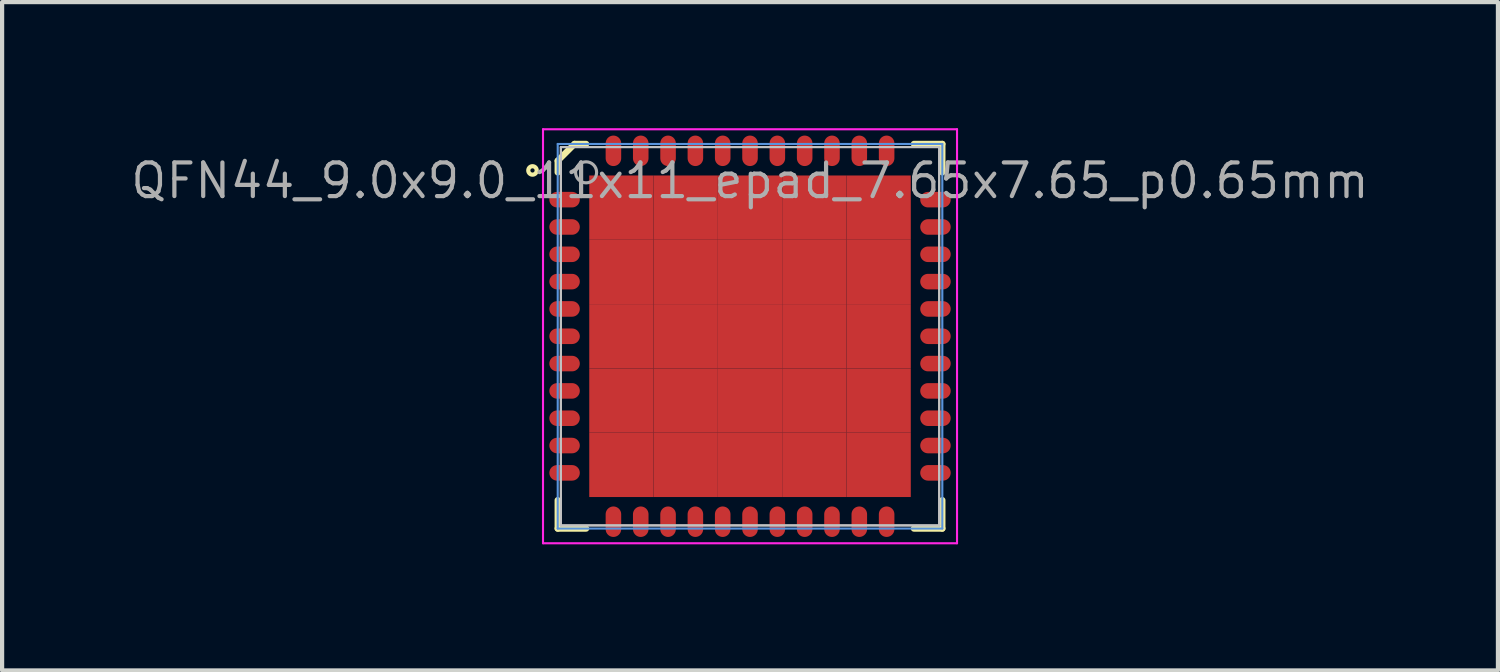
<source format=kicad_pcb>
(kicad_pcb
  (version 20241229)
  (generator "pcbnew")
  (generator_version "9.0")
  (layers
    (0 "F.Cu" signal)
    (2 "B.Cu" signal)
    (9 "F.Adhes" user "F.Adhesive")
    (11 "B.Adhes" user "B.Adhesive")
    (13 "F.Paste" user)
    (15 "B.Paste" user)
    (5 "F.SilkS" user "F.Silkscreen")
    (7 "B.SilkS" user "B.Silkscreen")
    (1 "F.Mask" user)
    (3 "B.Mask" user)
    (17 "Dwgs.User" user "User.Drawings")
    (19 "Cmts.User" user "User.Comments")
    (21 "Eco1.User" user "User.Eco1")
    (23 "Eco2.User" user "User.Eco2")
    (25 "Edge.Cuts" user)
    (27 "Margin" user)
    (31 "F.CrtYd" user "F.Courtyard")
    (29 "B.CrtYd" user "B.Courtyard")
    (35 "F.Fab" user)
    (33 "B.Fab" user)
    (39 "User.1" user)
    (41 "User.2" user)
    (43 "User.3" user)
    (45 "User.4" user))
  (footprint "QFN44_9.0x9.0_11x11_epad_7.65x7.65_p0.65mm"
    (layer "F.Cu")
    (at 14.794 4.95)
    (property "Reference" "QFN44_9.0x9.0_11x11_epad_7.65x7.65_p0.65mm" (at 0 -3.7 0) (layer "F.Fab") (effects (font (size 0.8 0.8) (thickness 0.1))))
    (attr through_hole)
    (fp_line (start -4.575 -4.175) (end -4.575 -3.9) (stroke (width 0.15) (type solid)) (layer "F.SilkS"))
    (fp_line (start -4.575 -4.175) (end -4.175 -4.575) (stroke (width 0.15) (type solid)) (layer "F.SilkS"))
    (fp_line (start -4.575 4.575) (end -4.575 3.9) (stroke (width 0.15) (type solid)) (layer "F.SilkS"))
    (fp_line (start -4.575 4.575) (end -3.9 4.575) (stroke (width 0.15) (type solid)) (layer "F.SilkS"))
    (fp_line (start -3.9 -4.575) (end -4.175 -4.575) (stroke (width 0.15) (type solid)) (layer "F.SilkS"))
    (fp_line (start 4.575 -4.575) (end 3.9 -4.575) (stroke (width 0.15) (type solid)) (layer "F.SilkS"))
    (fp_line (start 4.575 -4.575) (end 4.575 -3.9) (stroke (width 0.15) (type solid)) (layer "F.SilkS"))
    (fp_line (start 4.575 4.575) (end 3.9 4.575) (stroke (width 0.15) (type solid)) (layer "F.SilkS"))
    (fp_line (start 4.575 4.575) (end 4.575 3.9) (stroke (width 0.15) (type solid)) (layer "F.SilkS"))
    (fp_circle (center -5.175 -3.945) (end -5.104 -3.874) (stroke (width 0.1) (type solid)) (fill no) (layer "F.SilkS"))
    (fp_line (start -4.5 -4.5) (end -4.5 4.5) (stroke (width 0.05) (type solid)) (layer "Dwgs.User"))
    (fp_line (start -4.5 -4.5) (end 4.5 -4.5) (stroke (width 0.05) (type solid)) (layer "Dwgs.User"))
    (fp_line (start -4.5 4.5) (end 4.5 4.5) (stroke (width 0.05) (type solid)) (layer "Dwgs.User"))
    (fp_line (start 4.5 -4.5) (end 4.5 4.5) (stroke (width 0.05) (type solid)) (layer "Dwgs.User"))
    (fp_line (start -4.575 -4.575) (end -4.575 4.575) (stroke (width 0.05) (type solid)) (layer "Cmts.User"))
    (fp_line (start -4.575 -4.575) (end 4.575 -4.575) (stroke (width 0.05) (type solid)) (layer "Cmts.User"))
    (fp_line (start -4.575 4.575) (end 4.575 4.575) (stroke (width 0.05) (type solid)) (layer "Cmts.User"))
    (fp_line (start 4.575 -4.575) (end 4.575 4.575) (stroke (width 0.05) (type solid)) (layer "Cmts.User"))
    (fp_line (start -4.425 -4.425) (end -4.425 4.425) (stroke (width 0.05) (type solid)) (layer "Eco1.User"))
    (fp_line (start -4.425 -4.425) (end 4.425 -4.425) (stroke (width 0.05) (type solid)) (layer "Eco1.User"))
    (fp_line (start -4.425 4.425) (end 4.425 4.425) (stroke (width 0.05) (type solid)) (layer "Eco1.User"))
    (fp_line (start 4.425 -4.425) (end 4.425 4.425) (stroke (width 0.05) (type solid)) (layer "Eco1.User"))
    (fp_line (start -4.925 -4.925) (end -4.925 4.925) (stroke (width 0.05) (type solid)) (layer "F.CrtYd"))
    (fp_line (start -4.925 -4.925) (end 4.925 -4.925) (stroke (width 0.05) (type solid)) (layer "F.CrtYd"))
    (fp_line (start -4.925 4.925) (end 4.925 4.925) (stroke (width 0.05) (type solid)) (layer "F.CrtYd"))
    (fp_line (start 4.925 -4.925) (end 4.925 4.925) (stroke (width 0.05) (type solid)) (layer "F.CrtYd"))
    (fp_line (start -4.5 -4.5) (end -4.5 4.5) (stroke (width 0.05) (type solid)) (layer "F.Fab"))
    (fp_line (start -4.5 -4.5) (end 4.5 -4.5) (stroke (width 0.05) (type solid)) (layer "F.Fab"))
    (fp_line (start -4.5 4.5) (end 4.5 4.5) (stroke (width 0.05) (type solid)) (layer "F.Fab"))
    (fp_line (start 4.5 -4.5) (end 4.5 4.5) (stroke (width 0.05) (type solid)) (layer "F.Fab"))
    (fp_circle (center -3.9 -3.9) (end -3.723 -3.723) (stroke (width 0.075) (type solid)) (fill no) (layer "F.Fab"))
    (pad "1" smd oval (at -4.412 -3.25 180) (size 0.725 0.37) (layers "F.Cu" "F.Mask" "F.Paste"))
    (pad "2" smd oval (at -4.412 -2.6 180) (size 0.725 0.37) (layers "F.Cu" "F.Mask" "F.Paste"))
    (pad "3" smd oval (at -4.412 -1.95 180) (size 0.725 0.37) (layers "F.Cu" "F.Mask" "F.Paste"))
    (pad "4" smd oval (at -4.412 -1.3 180) (size 0.725 0.37) (layers "F.Cu" "F.Mask" "F.Paste"))
    (pad "5" smd oval (at -4.412 -0.65 180) (size 0.725 0.37) (layers "F.Cu" "F.Mask" "F.Paste"))
    (pad "6" smd oval (at -4.412 0 180) (size 0.725 0.37) (layers "F.Cu" "F.Mask" "F.Paste"))
    (pad "7" smd oval (at -4.412 0.65 180) (size 0.725 0.37) (layers "F.Cu" "F.Mask" "F.Paste"))
    (pad "8" smd oval (at -4.412 1.3 180) (size 0.725 0.37) (layers "F.Cu" "F.Mask" "F.Paste"))
    (pad "9" smd oval (at -4.412 1.95 180) (size 0.725 0.37) (layers "F.Cu" "F.Mask" "F.Paste"))
    (pad "10" smd oval (at -4.412 2.6 180) (size 0.725 0.37) (layers "F.Cu" "F.Mask" "F.Paste"))
    (pad "11" smd oval (at -4.412 3.25 180) (size 0.725 0.37) (layers "F.Cu" "F.Mask" "F.Paste"))
    (pad "12" smd oval (at -3.25 4.412 270) (size 0.725 0.37) (layers "F.Cu" "F.Mask" "F.Paste"))
    (pad "13" smd oval (at -2.6 4.412 270) (size 0.725 0.37) (layers "F.Cu" "F.Mask" "F.Paste"))
    (pad "14" smd oval (at -1.95 4.412 270) (size 0.725 0.37) (layers "F.Cu" "F.Mask" "F.Paste"))
    (pad "15" smd oval (at -1.3 4.412 270) (size 0.725 0.37) (layers "F.Cu" "F.Mask" "F.Paste"))
    (pad "16" smd oval (at -0.65 4.412 270) (size 0.725 0.37) (layers "F.Cu" "F.Mask" "F.Paste"))
    (pad "17" smd oval (at 0 4.412 270) (size 0.725 0.37) (layers "F.Cu" "F.Mask" "F.Paste"))
    (pad "18" smd oval (at 0.65 4.412 270) (size 0.725 0.37) (layers "F.Cu" "F.Mask" "F.Paste"))
    (pad "19" smd oval (at 1.3 4.412 270) (size 0.725 0.37) (layers "F.Cu" "F.Mask" "F.Paste"))
    (pad "20" smd oval (at 1.95 4.412 270) (size 0.725 0.37) (layers "F.Cu" "F.Mask" "F.Paste"))
    (pad "21" smd oval (at 2.6 4.412 270) (size 0.725 0.37) (layers "F.Cu" "F.Mask" "F.Paste"))
    (pad "22" smd oval (at 3.25 4.412 270) (size 0.725 0.37) (layers "F.Cu" "F.Mask" "F.Paste"))
    (pad "23" smd oval (at 4.412 3.25) (size 0.725 0.37) (layers "F.Cu" "F.Mask" "F.Paste"))
    (pad "24" smd oval (at 4.412 2.6) (size 0.725 0.37) (layers "F.Cu" "F.Mask" "F.Paste"))
    (pad "25" smd oval (at 4.412 1.95) (size 0.725 0.37) (layers "F.Cu" "F.Mask" "F.Paste"))
    (pad "26" smd oval (at 4.412 1.3) (size 0.725 0.37) (layers "F.Cu" "F.Mask" "F.Paste"))
    (pad "27" smd oval (at 4.412 0.65) (size 0.725 0.37) (layers "F.Cu" "F.Mask" "F.Paste"))
    (pad "28" smd oval (at 4.412 0) (size 0.725 0.37) (layers "F.Cu" "F.Mask" "F.Paste"))
    (pad "29" smd oval (at 4.412 -0.65) (size 0.725 0.37) (layers "F.Cu" "F.Mask" "F.Paste"))
    (pad "30" smd oval (at 4.412 -1.3) (size 0.725 0.37) (layers "F.Cu" "F.Mask" "F.Paste"))
    (pad "31" smd oval (at 4.412 -1.95) (size 0.725 0.37) (layers "F.Cu" "F.Mask" "F.Paste"))
    (pad "32" smd oval (at 4.412 -2.6) (size 0.725 0.37) (layers "F.Cu" "F.Mask" "F.Paste"))
    (pad "33" smd oval (at 4.412 -3.25) (size 0.725 0.37) (layers "F.Cu" "F.Mask" "F.Paste"))
    (pad "34" smd oval (at 3.25 -4.412 90) (size 0.725 0.37) (layers "F.Cu" "F.Mask" "F.Paste"))
    (pad "35" smd oval (at 2.6 -4.412 90) (size 0.725 0.37) (layers "F.Cu" "F.Mask" "F.Paste"))
    (pad "36" smd oval (at 1.95 -4.412 90) (size 0.725 0.37) (layers "F.Cu" "F.Mask" "F.Paste"))
    (pad "37" smd oval (at 1.3 -4.412 90) (size 0.725 0.37) (layers "F.Cu" "F.Mask" "F.Paste"))
    (pad "38" smd oval (at 0.65 -4.412 90) (size 0.725 0.37) (layers "F.Cu" "F.Mask" "F.Paste"))
    (pad "39" smd oval (at 0 -4.412 90) (size 0.725 0.37) (layers "F.Cu" "F.Mask" "F.Paste"))
    (pad "40" smd oval (at -0.65 -4.412 90) (size 0.725 0.37) (layers "F.Cu" "F.Mask" "F.Paste"))
    (pad "41" smd oval (at -1.3 -4.412 90) (size 0.725 0.37) (layers "F.Cu" "F.Mask" "F.Paste"))
    (pad "42" smd oval (at -1.95 -4.412 90) (size 0.725 0.37) (layers "F.Cu" "F.Mask" "F.Paste"))
    (pad "43" smd oval (at -2.6 -4.412 90) (size 0.725 0.37) (layers "F.Cu" "F.Mask" "F.Paste"))
    (pad "44" smd oval (at -3.25 -4.412 90) (size 0.725 0.37) (layers "F.Cu" "F.Mask" "F.Paste"))
    (pad "45" smd rect (at -3.06 -3.06) (size 1.53 1.53) (layers "F.Cu" "F.Mask" "F.Paste"))
    (pad "45" smd rect (at -3.06 -1.53) (size 1.53 1.53) (layers "F.Cu" "F.Mask" "F.Paste"))
    (pad "45" smd rect (at -3.06 0) (size 1.53 1.53) (layers "F.Cu" "F.Mask" "F.Paste"))
    (pad "45" smd rect (at -3.06 1.53) (size 1.53 1.53) (layers "F.Cu" "F.Mask" "F.Paste"))
    (pad "45" smd rect (at -3.06 3.06) (size 1.53 1.53) (layers "F.Cu" "F.Mask" "F.Paste"))
    (pad "45" smd rect (at -1.53 -3.06) (size 1.53 1.53) (layers "F.Cu" "F.Mask" "F.Paste"))
    (pad "45" smd rect (at -1.53 -1.53) (size 1.53 1.53) (layers "F.Cu" "F.Mask" "F.Paste"))
    (pad "45" smd rect (at -1.53 0) (size 1.53 1.53) (layers "F.Cu" "F.Mask" "F.Paste"))
    (pad "45" smd rect (at -1.53 1.53) (size 1.53 1.53) (layers "F.Cu" "F.Mask" "F.Paste"))
    (pad "45" smd rect (at -1.53 3.06) (size 1.53 1.53) (layers "F.Cu" "F.Mask" "F.Paste"))
    (pad "45" smd rect (at 0 -3.06) (size 1.53 1.53) (layers "F.Cu" "F.Mask" "F.Paste"))
    (pad "45" smd rect (at 0 -1.53) (size 1.53 1.53) (layers "F.Cu" "F.Mask" "F.Paste"))
    (pad "45" smd rect (at 0 0) (size 1.53 1.53) (layers "F.Cu" "F.Mask" "F.Paste"))
    (pad "45" smd rect (at 0 1.53) (size 1.53 1.53) (layers "F.Cu" "F.Mask" "F.Paste"))
    (pad "45" smd rect (at 0 3.06) (size 1.53 1.53) (layers "F.Cu" "F.Mask" "F.Paste"))
    (pad "45" smd rect (at 1.53 -3.06) (size 1.53 1.53) (layers "F.Cu" "F.Mask" "F.Paste"))
    (pad "45" smd rect (at 1.53 -1.53) (size 1.53 1.53) (layers "F.Cu" "F.Mask" "F.Paste"))
    (pad "45" smd rect (at 1.53 0) (size 1.53 1.53) (layers "F.Cu" "F.Mask" "F.Paste"))
    (pad "45" smd rect (at 1.53 1.53) (size 1.53 1.53) (layers "F.Cu" "F.Mask" "F.Paste"))
    (pad "45" smd rect (at 1.53 3.06) (size 1.53 1.53) (layers "F.Cu" "F.Mask" "F.Paste"))
    (pad "45" smd rect (at 3.06 -3.06) (size 1.53 1.53) (layers "F.Cu" "F.Mask" "F.Paste"))
    (pad "45" smd rect (at 3.06 -1.53) (size 1.53 1.53) (layers "F.Cu" "F.Mask" "F.Paste"))
    (pad "45" smd rect (at 3.06 0) (size 1.53 1.53) (layers "F.Cu" "F.Mask" "F.Paste"))
    (pad "45" smd rect (at 3.06 1.53) (size 1.53 1.53) (layers "F.Cu" "F.Mask" "F.Paste"))
    (pad "45" smd rect (at 3.06 3.06) (size 1.53 1.53) (layers "F.Cu" "F.Mask" "F.Paste")))
  (gr_rect
    (start -3 -3)
    (end 32.588 12.9)
    (stroke (width 0.1) (type default))
    (fill no)
    (layer "Edge.Cuts")))
</source>
